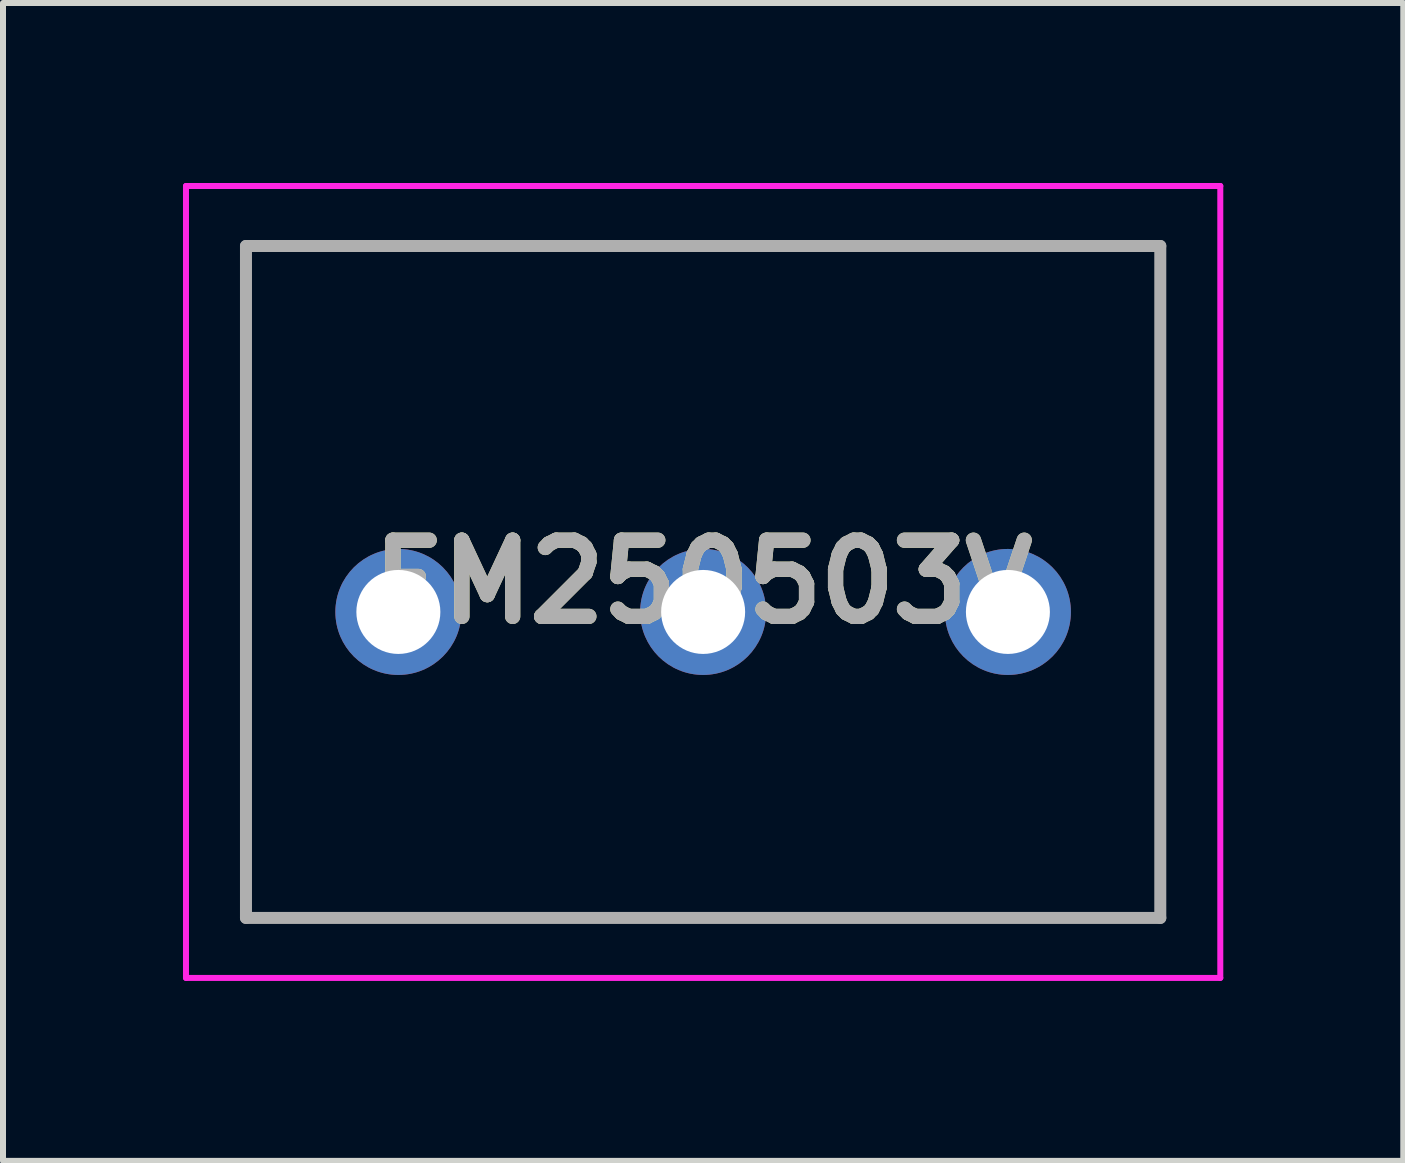
<source format=kicad_pcb>
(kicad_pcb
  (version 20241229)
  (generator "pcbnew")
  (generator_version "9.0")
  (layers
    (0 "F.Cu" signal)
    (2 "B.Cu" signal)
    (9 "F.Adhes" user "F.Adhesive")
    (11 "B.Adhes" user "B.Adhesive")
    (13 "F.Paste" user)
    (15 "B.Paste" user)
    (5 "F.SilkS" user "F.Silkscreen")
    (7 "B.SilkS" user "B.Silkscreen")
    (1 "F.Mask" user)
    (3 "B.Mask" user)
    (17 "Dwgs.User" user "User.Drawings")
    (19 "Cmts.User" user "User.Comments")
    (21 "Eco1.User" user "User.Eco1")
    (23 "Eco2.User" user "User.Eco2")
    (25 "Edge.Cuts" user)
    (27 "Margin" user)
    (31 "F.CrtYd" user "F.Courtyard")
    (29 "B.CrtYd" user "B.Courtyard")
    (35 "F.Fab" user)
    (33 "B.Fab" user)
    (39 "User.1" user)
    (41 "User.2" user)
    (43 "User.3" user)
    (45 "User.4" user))
  (footprint "EM250503V"
    (layer "F.Cu")
    (at 3.59 7.15)
    (property "Reference" "EM250503V" (at 5.08 -0.5 0) (layer "F.SilkS") (effects (font (size 1.27 1.27) (thickness 0.254))))
    (attr through_hole)
    (fp_line (start -2.54 -6.1) (end 12.7 -6.1) (stroke (width 0.1) (type solid)) (layer "F.SilkS"))
    (fp_line (start -2.54 5.08) (end -2.54 -6.1) (stroke (width 0.1) (type solid)) (layer "F.SilkS"))
    (fp_line (start 12.7 -6.1) (end 12.7 5.08) (stroke (width 0.1) (type solid)) (layer "F.SilkS"))
    (fp_line (start 12.7 5.08) (end -2.54 5.08) (stroke (width 0.1) (type solid)) (layer "F.SilkS"))
    (fp_line (start -3.54 -7.1) (end 13.7 -7.1) (stroke (width 0.1) (type solid)) (layer "F.CrtYd"))
    (fp_line (start -3.54 6.1) (end -3.54 -7.1) (stroke (width 0.1) (type solid)) (layer "F.CrtYd"))
    (fp_line (start 13.7 -7.1) (end 13.7 6.1) (stroke (width 0.1) (type solid)) (layer "F.CrtYd"))
    (fp_line (start 13.7 6.1) (end -3.54 6.1) (stroke (width 0.1) (type solid)) (layer "F.CrtYd"))
    (fp_line (start -2.54 -6.1) (end 12.7 -6.1) (stroke (width 0.2) (type solid)) (layer "F.Fab"))
    (fp_line (start -2.54 5.1) (end -2.54 -6.1) (stroke (width 0.2) (type solid)) (layer "F.Fab"))
    (fp_line (start 12.7 -6.1) (end 12.7 5.1) (stroke (width 0.2) (type solid)) (layer "F.Fab"))
    (fp_line (start 12.7 5.1) (end -2.54 5.1) (stroke (width 0.2) (type solid)) (layer "F.Fab"))
    (fp_text user "${REFERENCE}" (at 5.08 -0.5 0) (layer "F.Fab") (effects (font (size 1.27 1.27) (thickness 0.254))))
    (pad "1" thru_hole circle (at 0 0) (size 2.1 2.1) (drill 1.4) (layers "*.Cu" "*.Mask"))
    (pad "2" thru_hole circle (at 5.08 0) (size 2.1 2.1) (drill 1.4) (layers "*.Cu" "*.Mask"))
    (pad "3" thru_hole circle (at 10.16 0) (size 2.1 2.1) (drill 1.4) (layers "*.Cu" "*.Mask")))
  (gr_rect
    (start -3 -3)
    (end 20.34 16.3)
    (stroke (width 0.1) (type default))
    (fill no)
    (layer "Edge.Cuts")))
</source>
